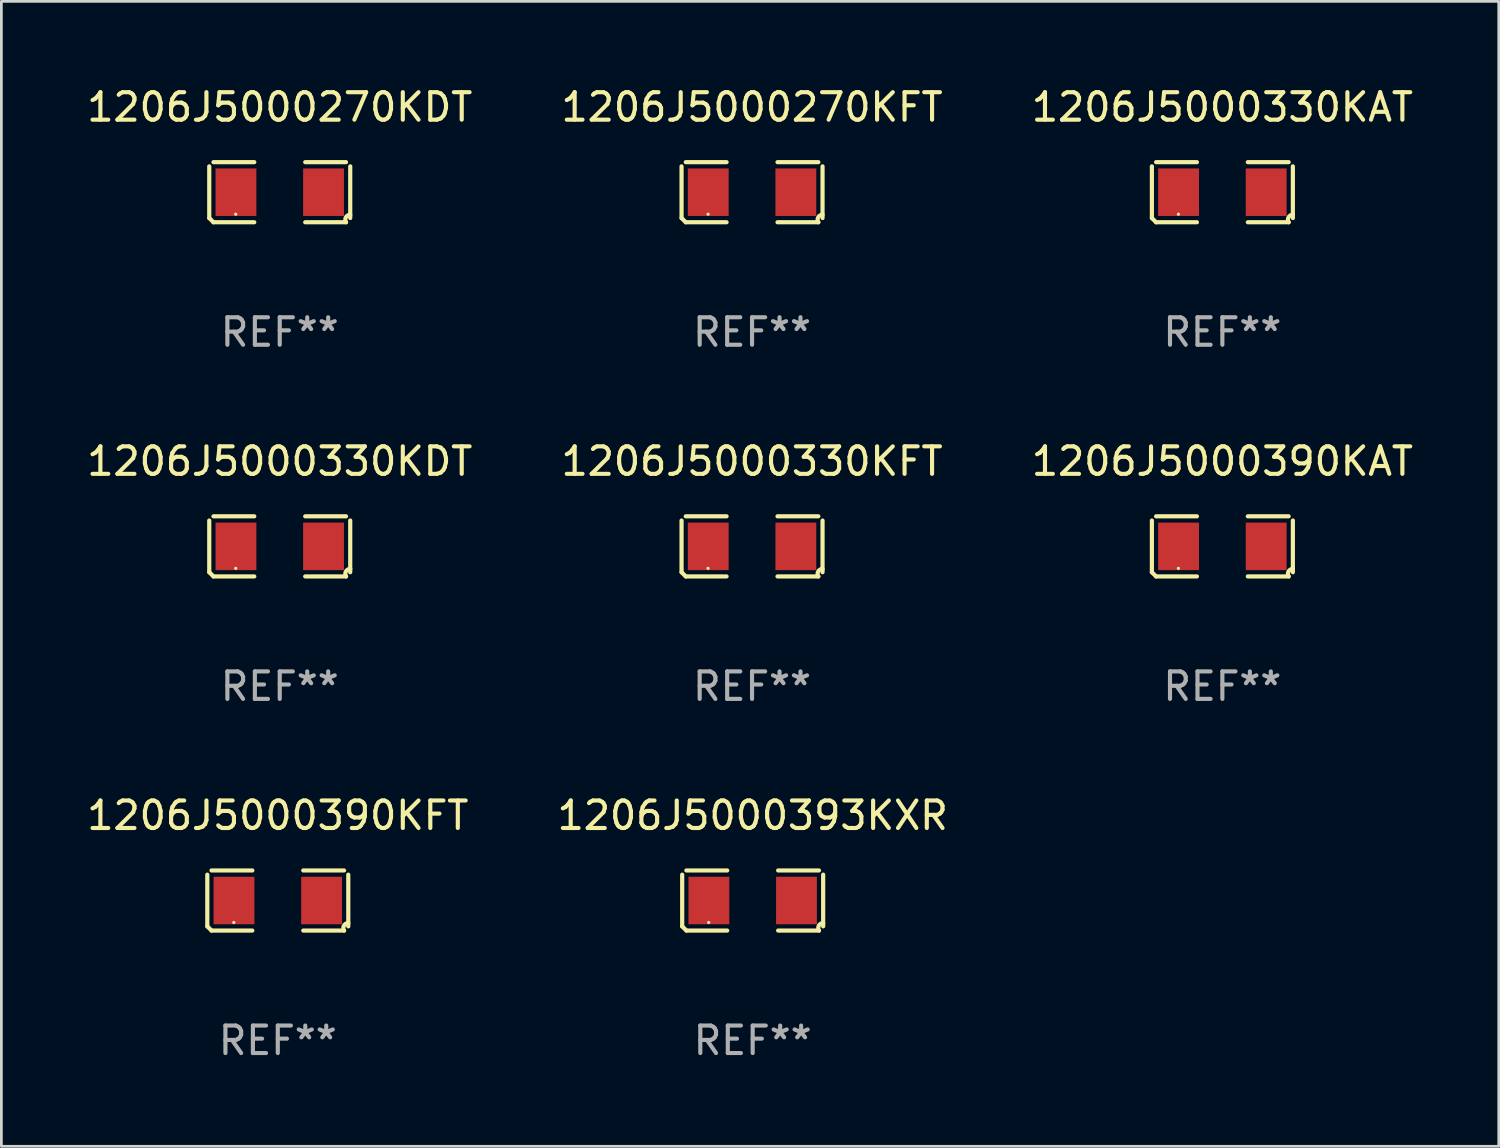
<source format=kicad_pcb>
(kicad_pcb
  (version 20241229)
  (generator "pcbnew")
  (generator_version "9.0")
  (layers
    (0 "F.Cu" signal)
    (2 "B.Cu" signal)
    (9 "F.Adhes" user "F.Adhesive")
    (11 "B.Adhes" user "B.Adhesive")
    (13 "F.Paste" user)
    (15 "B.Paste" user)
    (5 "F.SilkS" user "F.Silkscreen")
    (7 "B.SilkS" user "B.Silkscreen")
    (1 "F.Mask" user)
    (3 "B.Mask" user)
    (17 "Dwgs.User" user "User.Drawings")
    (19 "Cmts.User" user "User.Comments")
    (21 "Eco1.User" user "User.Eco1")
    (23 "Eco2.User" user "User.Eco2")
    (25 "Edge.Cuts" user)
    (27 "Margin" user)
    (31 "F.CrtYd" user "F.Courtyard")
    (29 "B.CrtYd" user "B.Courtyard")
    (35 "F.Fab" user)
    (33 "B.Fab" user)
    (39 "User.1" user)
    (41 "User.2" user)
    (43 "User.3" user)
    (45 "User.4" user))
  (footprint "1206J5000393KXR"
    (layer "F.Cu")
    (at 24.327 29.704)
    (property "Reference" "1206J5000393KXR" (at 0 -3.093 0) (layer "F.SilkS") (effects (font (size 1 1) (thickness 0.15))))
    (attr through_hole)
    (fp_line (start -2.564 0.94) (end -2.564 -0.94) (stroke (width 0.152) (type solid)) (layer "F.SilkS"))
    (fp_line (start -2.411 -1.093) (end -0.926 -1.093) (stroke (width 0.152) (type solid)) (layer "F.SilkS"))
    (fp_line (start -0.926 1.093) (end -2.411 1.093) (stroke (width 0.152) (type solid)) (layer "F.SilkS"))
    (fp_line (start 0.926 1.093) (end 2.411 1.093) (stroke (width 0.152) (type solid)) (layer "F.SilkS"))
    (fp_line (start 2.411 -1.093) (end 0.926 -1.093) (stroke (width 0.152) (type solid)) (layer "F.SilkS"))
    (fp_line (start 2.564 0.94) (end 2.564 -0.94) (stroke (width 0.152) (type solid)) (layer "F.SilkS"))
    (fp_arc (start -2.411201 1.092609) (mid -2.487413 1.01642) (end -2.563602 0.940208) (stroke (width 0.1524) (type solid)) (layer "F.SilkS"))
    (fp_arc (start 2.411201 1.092609) (mid 2.407159 0.911226) (end 2.563602 0.819347) (stroke (width 0.1524) (type solid)) (layer "F.SilkS"))
    (fp_circle (center -1.6 0.8) (end -1.57 0.8) (stroke (width 0.06) (type solid)) (fill no) (layer "F.SilkS"))
    (fp_text user "REF**" (at 0 5.093 0) (layer "F.Fab") (effects (font (size 1 1) (thickness 0.15))))
    (pad "1" smd rect (at -1.593 0) (size 1.485 1.728) (layers "F.Cu" "F.Mask" "F.Paste"))
    (pad "2" smd rect (at 1.593 0) (size 1.485 1.728) (layers "F.Cu" "F.Mask" "F.Paste")))
  (footprint "1206J5000390KFT"
    (layer "F.Cu")
    (at 7.054 29.704)
    (property "Reference" "1206J5000390KFT" (at 0 -3.093 0) (layer "F.SilkS") (effects (font (size 1 1) (thickness 0.15))))
    (attr through_hole)
    (fp_line (start -2.564 0.94) (end -2.564 -0.94) (stroke (width 0.152) (type solid)) (layer "F.SilkS"))
    (fp_line (start -2.411 -1.093) (end -0.926 -1.093) (stroke (width 0.152) (type solid)) (layer "F.SilkS"))
    (fp_line (start -0.926 1.093) (end -2.411 1.093) (stroke (width 0.152) (type solid)) (layer "F.SilkS"))
    (fp_line (start 0.926 1.093) (end 2.411 1.093) (stroke (width 0.152) (type solid)) (layer "F.SilkS"))
    (fp_line (start 2.411 -1.093) (end 0.926 -1.093) (stroke (width 0.152) (type solid)) (layer "F.SilkS"))
    (fp_line (start 2.564 0.94) (end 2.564 -0.94) (stroke (width 0.152) (type solid)) (layer "F.SilkS"))
    (fp_arc (start -2.411201 1.092609) (mid -2.487413 1.01642) (end -2.563602 0.940208) (stroke (width 0.1524) (type solid)) (layer "F.SilkS"))
    (fp_arc (start 2.411201 1.092609) (mid 2.407159 0.911226) (end 2.563602 0.819347) (stroke (width 0.1524) (type solid)) (layer "F.SilkS"))
    (fp_circle (center -1.6 0.8) (end -1.57 0.8) (stroke (width 0.06) (type solid)) (fill no) (layer "F.SilkS"))
    (fp_text user "REF**" (at 0 5.093 0) (layer "F.Fab") (effects (font (size 1 1) (thickness 0.15))))
    (pad "1" smd rect (at -1.593 0) (size 1.485 1.728) (layers "F.Cu" "F.Mask" "F.Paste"))
    (pad "2" smd rect (at 1.593 0) (size 1.485 1.728) (layers "F.Cu" "F.Mask" "F.Paste")))
  (footprint "1206J5000270KFT"
    (layer "F.Cu")
    (at 24.304 3.941)
    (property "Reference" "1206J5000270KFT" (at 0 -3.093 0) (layer "F.SilkS") (effects (font (size 1 1) (thickness 0.15))))
    (attr through_hole)
    (fp_line (start -2.564 0.94) (end -2.564 -0.94) (stroke (width 0.152) (type solid)) (layer "F.SilkS"))
    (fp_line (start -2.411 -1.093) (end -0.926 -1.093) (stroke (width 0.152) (type solid)) (layer "F.SilkS"))
    (fp_line (start -0.926 1.093) (end -2.411 1.093) (stroke (width 0.152) (type solid)) (layer "F.SilkS"))
    (fp_line (start 0.926 1.093) (end 2.411 1.093) (stroke (width 0.152) (type solid)) (layer "F.SilkS"))
    (fp_line (start 2.411 -1.093) (end 0.926 -1.093) (stroke (width 0.152) (type solid)) (layer "F.SilkS"))
    (fp_line (start 2.564 0.94) (end 2.564 -0.94) (stroke (width 0.152) (type solid)) (layer "F.SilkS"))
    (fp_arc (start -2.411201 1.092609) (mid -2.487413 1.01642) (end -2.563602 0.940208) (stroke (width 0.1524) (type solid)) (layer "F.SilkS"))
    (fp_arc (start 2.411201 1.092609) (mid 2.407159 0.911226) (end 2.563602 0.819347) (stroke (width 0.1524) (type solid)) (layer "F.SilkS"))
    (fp_circle (center -1.6 0.8) (end -1.57 0.8) (stroke (width 0.06) (type solid)) (fill no) (layer "F.SilkS"))
    (fp_text user "REF**" (at 0 5.093 0) (layer "F.Fab") (effects (font (size 1 1) (thickness 0.15))))
    (pad "1" smd rect (at -1.593 0) (size 1.485 1.728) (layers "F.Cu" "F.Mask" "F.Paste"))
    (pad "2" smd rect (at 1.593 0) (size 1.485 1.728) (layers "F.Cu" "F.Mask" "F.Paste")))
  (footprint "1206J5000330KAT"
    (layer "F.Cu")
    (at 41.411 3.941)
    (property "Reference" "1206J5000330KAT" (at 0 -3.093 0) (layer "F.SilkS") (effects (font (size 1 1) (thickness 0.15))))
    (attr through_hole)
    (fp_line (start -2.564 0.94) (end -2.564 -0.94) (stroke (width 0.152) (type solid)) (layer "F.SilkS"))
    (fp_line (start -2.411 -1.093) (end -0.926 -1.093) (stroke (width 0.152) (type solid)) (layer "F.SilkS"))
    (fp_line (start -0.926 1.093) (end -2.411 1.093) (stroke (width 0.152) (type solid)) (layer "F.SilkS"))
    (fp_line (start 0.926 1.093) (end 2.411 1.093) (stroke (width 0.152) (type solid)) (layer "F.SilkS"))
    (fp_line (start 2.411 -1.093) (end 0.926 -1.093) (stroke (width 0.152) (type solid)) (layer "F.SilkS"))
    (fp_line (start 2.564 0.94) (end 2.564 -0.94) (stroke (width 0.152) (type solid)) (layer "F.SilkS"))
    (fp_arc (start -2.411201 1.092609) (mid -2.487413 1.01642) (end -2.563602 0.940208) (stroke (width 0.1524) (type solid)) (layer "F.SilkS"))
    (fp_arc (start 2.411201 1.092609) (mid 2.407159 0.911226) (end 2.563602 0.819347) (stroke (width 0.1524) (type solid)) (layer "F.SilkS"))
    (fp_circle (center -1.6 0.8) (end -1.57 0.8) (stroke (width 0.06) (type solid)) (fill no) (layer "F.SilkS"))
    (fp_text user "REF**" (at 0 5.093 0) (layer "F.Fab") (effects (font (size 1 1) (thickness 0.15))))
    (pad "1" smd rect (at -1.593 0) (size 1.485 1.728) (layers "F.Cu" "F.Mask" "F.Paste"))
    (pad "2" smd rect (at 1.593 0) (size 1.485 1.728) (layers "F.Cu" "F.Mask" "F.Paste")))
  (footprint "1206J5000330KFT"
    (layer "F.Cu")
    (at 24.304 16.823)
    (property "Reference" "1206J5000330KFT" (at 0 -3.093 0) (layer "F.SilkS") (effects (font (size 1 1) (thickness 0.15))))
    (attr through_hole)
    (fp_line (start -2.564 0.94) (end -2.564 -0.94) (stroke (width 0.152) (type solid)) (layer "F.SilkS"))
    (fp_line (start -2.411 -1.093) (end -0.926 -1.093) (stroke (width 0.152) (type solid)) (layer "F.SilkS"))
    (fp_line (start -0.926 1.093) (end -2.411 1.093) (stroke (width 0.152) (type solid)) (layer "F.SilkS"))
    (fp_line (start 0.926 1.093) (end 2.411 1.093) (stroke (width 0.152) (type solid)) (layer "F.SilkS"))
    (fp_line (start 2.411 -1.093) (end 0.926 -1.093) (stroke (width 0.152) (type solid)) (layer "F.SilkS"))
    (fp_line (start 2.564 0.94) (end 2.564 -0.94) (stroke (width 0.152) (type solid)) (layer "F.SilkS"))
    (fp_arc (start -2.411201 1.092609) (mid -2.487413 1.01642) (end -2.563602 0.940208) (stroke (width 0.1524) (type solid)) (layer "F.SilkS"))
    (fp_arc (start 2.411201 1.092609) (mid 2.407159 0.911226) (end 2.563602 0.819347) (stroke (width 0.1524) (type solid)) (layer "F.SilkS"))
    (fp_circle (center -1.6 0.8) (end -1.57 0.8) (stroke (width 0.06) (type solid)) (fill no) (layer "F.SilkS"))
    (fp_text user "REF**" (at 0 5.093 0) (layer "F.Fab") (effects (font (size 1 1) (thickness 0.15))))
    (pad "1" smd rect (at -1.593 0) (size 1.485 1.728) (layers "F.Cu" "F.Mask" "F.Paste"))
    (pad "2" smd rect (at 1.593 0) (size 1.485 1.728) (layers "F.Cu" "F.Mask" "F.Paste")))
  (footprint "1206J5000330KDT"
    (layer "F.Cu")
    (at 7.125 16.823)
    (property "Reference" "1206J5000330KDT" (at 0 -3.093 0) (layer "F.SilkS") (effects (font (size 1 1) (thickness 0.15))))
    (attr through_hole)
    (fp_line (start -2.564 0.94) (end -2.564 -0.94) (stroke (width 0.152) (type solid)) (layer "F.SilkS"))
    (fp_line (start -2.411 -1.093) (end -0.926 -1.093) (stroke (width 0.152) (type solid)) (layer "F.SilkS"))
    (fp_line (start -0.926 1.093) (end -2.411 1.093) (stroke (width 0.152) (type solid)) (layer "F.SilkS"))
    (fp_line (start 0.926 1.093) (end 2.411 1.093) (stroke (width 0.152) (type solid)) (layer "F.SilkS"))
    (fp_line (start 2.411 -1.093) (end 0.926 -1.093) (stroke (width 0.152) (type solid)) (layer "F.SilkS"))
    (fp_line (start 2.564 0.94) (end 2.564 -0.94) (stroke (width 0.152) (type solid)) (layer "F.SilkS"))
    (fp_arc (start -2.411201 1.092609) (mid -2.487413 1.01642) (end -2.563602 0.940208) (stroke (width 0.1524) (type solid)) (layer "F.SilkS"))
    (fp_arc (start 2.411201 1.092609) (mid 2.407159 0.911226) (end 2.563602 0.819347) (stroke (width 0.1524) (type solid)) (layer "F.SilkS"))
    (fp_circle (center -1.6 0.8) (end -1.57 0.8) (stroke (width 0.06) (type solid)) (fill no) (layer "F.SilkS"))
    (fp_text user "REF**" (at 0 5.093 0) (layer "F.Fab") (effects (font (size 1 1) (thickness 0.15))))
    (pad "1" smd rect (at -1.593 0) (size 1.485 1.728) (layers "F.Cu" "F.Mask" "F.Paste"))
    (pad "2" smd rect (at 1.593 0) (size 1.485 1.728) (layers "F.Cu" "F.Mask" "F.Paste")))
  (footprint "1206J5000270KDT"
    (layer "F.Cu")
    (at 7.125 3.941)
    (property "Reference" "1206J5000270KDT" (at 0 -3.093 0) (layer "F.SilkS") (effects (font (size 1 1) (thickness 0.15))))
    (attr through_hole)
    (fp_line (start -2.564 0.94) (end -2.564 -0.94) (stroke (width 0.152) (type solid)) (layer "F.SilkS"))
    (fp_line (start -2.411 -1.093) (end -0.926 -1.093) (stroke (width 0.152) (type solid)) (layer "F.SilkS"))
    (fp_line (start -0.926 1.093) (end -2.411 1.093) (stroke (width 0.152) (type solid)) (layer "F.SilkS"))
    (fp_line (start 0.926 1.093) (end 2.411 1.093) (stroke (width 0.152) (type solid)) (layer "F.SilkS"))
    (fp_line (start 2.411 -1.093) (end 0.926 -1.093) (stroke (width 0.152) (type solid)) (layer "F.SilkS"))
    (fp_line (start 2.564 0.94) (end 2.564 -0.94) (stroke (width 0.152) (type solid)) (layer "F.SilkS"))
    (fp_arc (start -2.411201 1.092609) (mid -2.487413 1.01642) (end -2.563602 0.940208) (stroke (width 0.1524) (type solid)) (layer "F.SilkS"))
    (fp_arc (start 2.411201 1.092609) (mid 2.407159 0.911226) (end 2.563602 0.819347) (stroke (width 0.1524) (type solid)) (layer "F.SilkS"))
    (fp_circle (center -1.6 0.8) (end -1.57 0.8) (stroke (width 0.06) (type solid)) (fill no) (layer "F.SilkS"))
    (fp_text user "REF**" (at 0 5.093 0) (layer "F.Fab") (effects (font (size 1 1) (thickness 0.15))))
    (pad "1" smd rect (at -1.593 0) (size 1.485 1.728) (layers "F.Cu" "F.Mask" "F.Paste"))
    (pad "2" smd rect (at 1.593 0) (size 1.485 1.728) (layers "F.Cu" "F.Mask" "F.Paste")))
  (footprint "1206J5000390KAT"
    (layer "F.Cu")
    (at 41.411 16.823)
    (property "Reference" "1206J5000390KAT" (at 0 -3.093 0) (layer "F.SilkS") (effects (font (size 1 1) (thickness 0.15))))
    (attr through_hole)
    (fp_line (start -2.564 0.94) (end -2.564 -0.94) (stroke (width 0.152) (type solid)) (layer "F.SilkS"))
    (fp_line (start -2.411 -1.093) (end -0.926 -1.093) (stroke (width 0.152) (type solid)) (layer "F.SilkS"))
    (fp_line (start -0.926 1.093) (end -2.411 1.093) (stroke (width 0.152) (type solid)) (layer "F.SilkS"))
    (fp_line (start 0.926 1.093) (end 2.411 1.093) (stroke (width 0.152) (type solid)) (layer "F.SilkS"))
    (fp_line (start 2.411 -1.093) (end 0.926 -1.093) (stroke (width 0.152) (type solid)) (layer "F.SilkS"))
    (fp_line (start 2.564 0.94) (end 2.564 -0.94) (stroke (width 0.152) (type solid)) (layer "F.SilkS"))
    (fp_arc (start -2.411201 1.092609) (mid -2.487413 1.01642) (end -2.563602 0.940208) (stroke (width 0.1524) (type solid)) (layer "F.SilkS"))
    (fp_arc (start 2.411201 1.092609) (mid 2.407159 0.911226) (end 2.563602 0.819347) (stroke (width 0.1524) (type solid)) (layer "F.SilkS"))
    (fp_circle (center -1.6 0.8) (end -1.57 0.8) (stroke (width 0.06) (type solid)) (fill no) (layer "F.SilkS"))
    (fp_text user "REF**" (at 0 5.093 0) (layer "F.Fab") (effects (font (size 1 1) (thickness 0.15))))
    (pad "1" smd rect (at -1.593 0) (size 1.485 1.728) (layers "F.Cu" "F.Mask" "F.Paste"))
    (pad "2" smd rect (at 1.593 0) (size 1.485 1.728) (layers "F.Cu" "F.Mask" "F.Paste")))
  (gr_rect
    (start -3 -3)
    (end 51.464 38.645)
    (stroke (width 0.1) (type default))
    (fill no)
    (layer "Edge.Cuts")))
</source>
